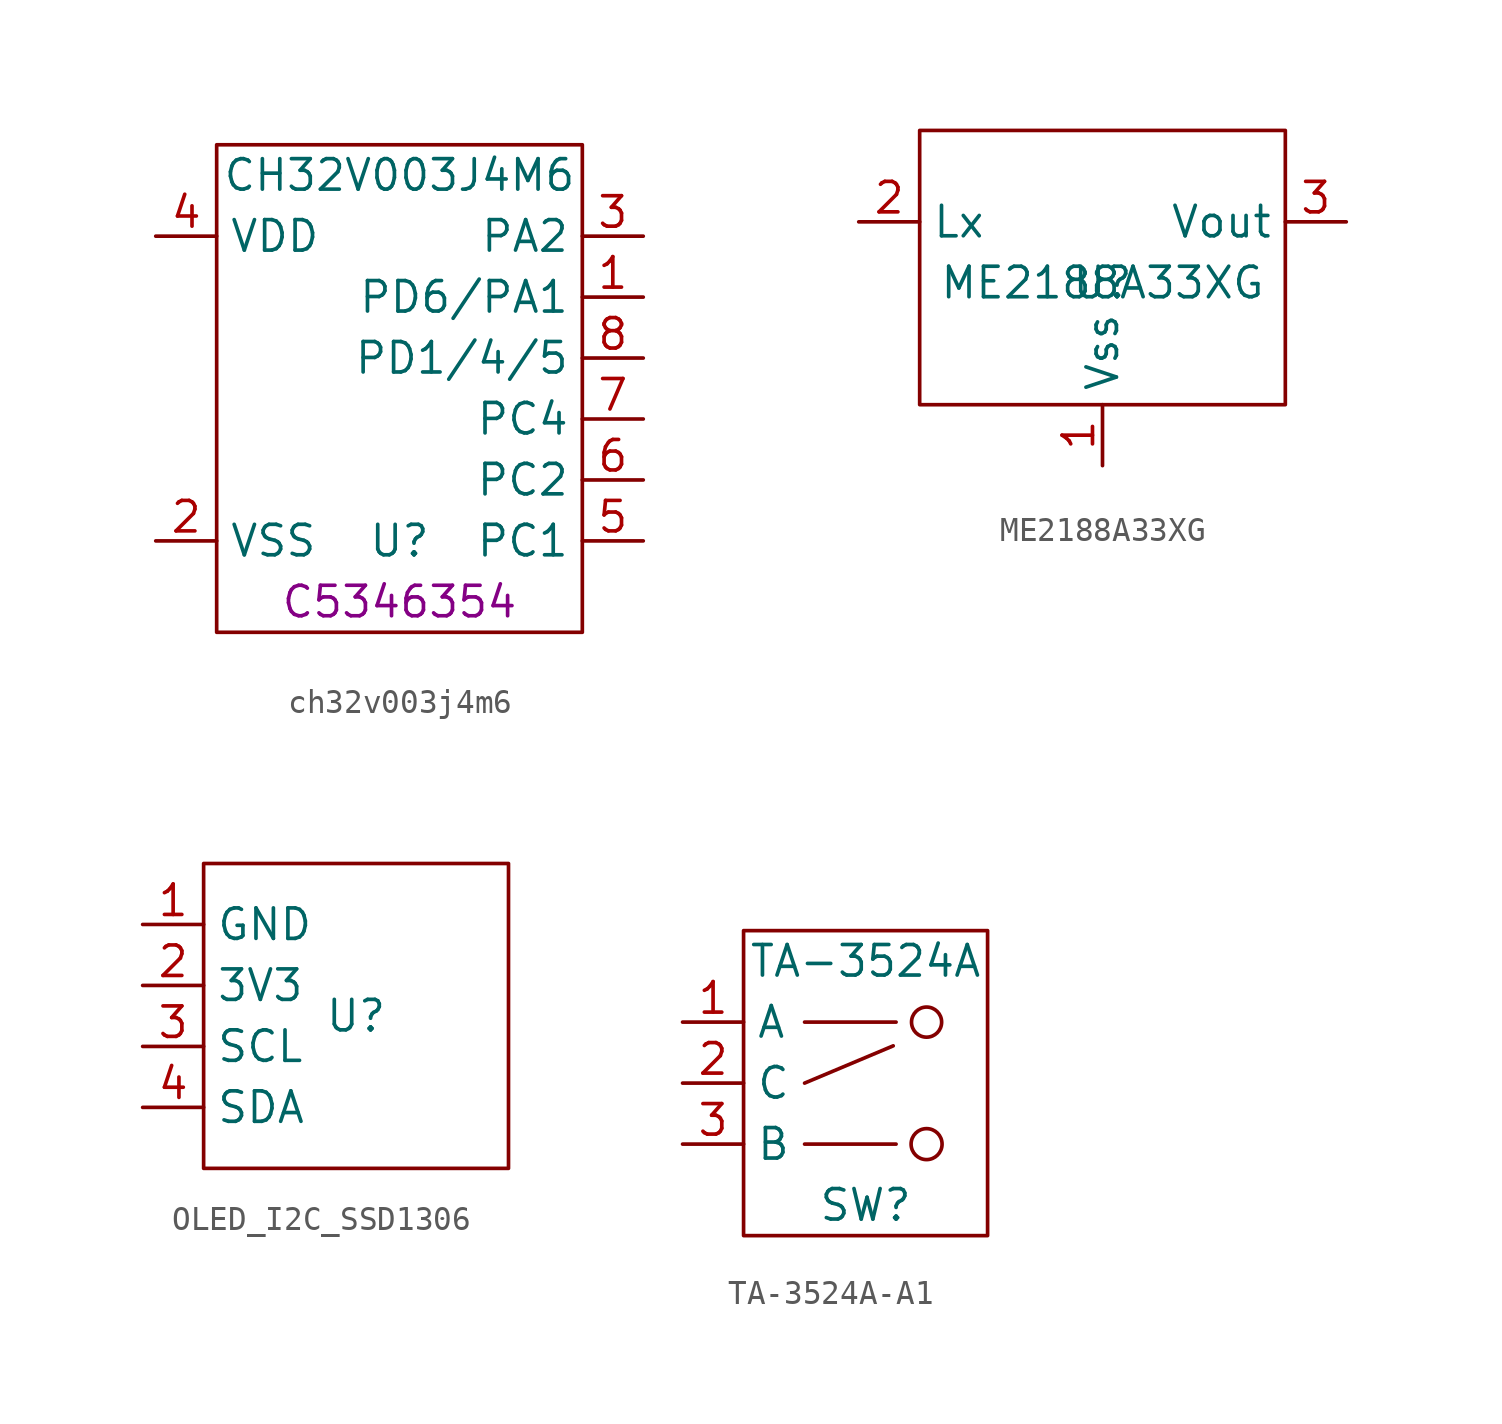
<source format=kicad_sym>
(kicad_symbol_lib
  (version 20231120)
  (generator "kicad_symbol_editor")
  (generator_version "8.0")
  (symbol "ch32v003j4m6"
    (property "Reference" "U"
      (at 0 -6.35 0)
      (effects (font (size 1.27 1.27))))
    (property "Value" "CH32V003J4M6"
      (at 0 8.89 0)
      (effects (font (size 1.27 1.27))))
    (property "LCSC" "C5346354"
      (at 0 -8.89 0)
      (effects (font (size 1.27 1.27))))
    (symbol "ch32v003j4m6_0_1"
      (rectangle (start -7.62 10.16) (end 7.62 -10.16) (stroke (width 0) (type default)) (fill (type none))))
    (symbol "ch32v003j4m6_1_1"
      (pin bidirectional line (at 10.16 3.81 180) (length 2.54) (name "PD6/PA1" (effects (font (size 1.27 1.27)))) (number "1" (effects (font (size 1.27 1.27)))))
      (pin input line (at -10.16 -6.35 0) (length 2.54) (name "VSS" (effects (font (size 1.27 1.27)))) (number "2" (effects (font (size 1.27 1.27)))))
      (pin input line (at 10.16 6.35 180) (length 2.54) (name "PA2" (effects (font (size 1.27 1.27)))) (number "3" (effects (font (size 1.27 1.27)))))
      (pin input line (at -10.16 6.35 0) (length 2.54) (name "VDD" (effects (font (size 1.27 1.27)))) (number "4" (effects (font (size 1.27 1.27)))))
      (pin bidirectional line (at 10.16 -6.35 180) (length 2.54) (name "PC1" (effects (font (size 1.27 1.27)))) (number "5" (effects (font (size 1.27 1.27)))))
      (pin bidirectional line (at 10.16 -3.81 180) (length 2.54) (name "PC2" (effects (font (size 1.27 1.27)))) (number "6" (effects (font (size 1.27 1.27)))))
      (pin bidirectional line (at 10.16 -1.27 180) (length 2.54) (name "PC4" (effects (font (size 1.27 1.27)))) (number "7" (effects (font (size 1.27 1.27)))))
      (pin bidirectional line (at 10.16 1.27 180) (length 2.54) (name "PD1/4/5" (effects (font (size 1.27 1.27)))) (number "8" (effects (font (size 1.27 1.27)))))))
  (symbol "ME2188A33XG"
    (property "Reference" "U"
      (at 0 0 0)
      (effects (font (size 1.27 1.27))))
    (property "Value" "ME2188A33XG"
      (at 0 0 0)
      (effects (font (size 1.27 1.27))))
    (symbol "ME2188A33XG_0_1"
      (rectangle (start -7.62 6.35) (end 7.62 -5.08) (stroke (width 0) (type default)) (fill (type none))))
    (symbol "ME2188A33XG_1_1"
      (pin input line (at 0 -7.62 90) (length 2.54) (name "Vss" (effects (font (size 1.27 1.27)))) (number "1" (effects (font (size 1.27 1.27)))))
      (pin input line (at -10.16 2.54 0) (length 2.54) (name "Lx" (effects (font (size 1.27 1.27)))) (number "2" (effects (font (size 1.27 1.27)))))
      (pin input line (at 10.16 2.54 180) (length 2.54) (name "Vout" (effects (font (size 1.27 1.27)))) (number "3" (effects (font (size 1.27 1.27)))))))
  (symbol "OLED_I2C_SSD1306"
    (property "Reference" "U"
      (at 0 0 0)
      (effects (font (size 1.27 1.27))))
    (property "Value" ""
      (at 0 0 0)
      (effects (font (size 1.27 1.27))))
    (symbol "OLED_I2C_SSD1306_0_1"
      (rectangle (start -6.35 6.35) (end 6.35 -6.35) (stroke (width 0) (type default)) (fill (type none))))
    (symbol "OLED_I2C_SSD1306_1_1"
      (pin power_in line (at -8.89 3.81 0) (length 2.54) (name "GND" (effects (font (size 1.27 1.27)))) (number "1" (effects (font (size 1.27 1.27)))))
      (pin power_in line (at -8.89 1.27 0) (length 2.54) (name "3V3" (effects (font (size 1.27 1.27)))) (number "2" (effects (font (size 1.27 1.27)))))
      (pin input line (at -8.89 -1.27 0) (length 2.54) (name "SCL" (effects (font (size 1.27 1.27)))) (number "3" (effects (font (size 1.27 1.27)))))
      (pin bidirectional line (at -8.89 -3.81 0) (length 2.54) (name "SDA" (effects (font (size 1.27 1.27)))) (number "4" (effects (font (size 1.27 1.27)))))))
  (symbol "TA-3524A-A1"
    (property "Reference" "SW"
      (at 0 -5.08 0)
      (effects (font (size 1.27 1.27))))
    (property "Value" "TA-3524A"
      (at 0 5.08 0)
      (effects (font (size 1.27 1.27))))
    (symbol "TA-3524A-A1_0_1"
      (rectangle (start -5.08 6.35) (end 5.08 -6.35) (stroke (width 0) (type default)) (fill (type none)))
      (polyline (pts (xy -2.54 -2.54) (xy 1.27 -2.54)) (stroke (width 0) (type default)) (fill (type none)))
      (polyline (pts (xy -2.54 0) (xy 1.151 1.552)) (stroke (width 0) (type default)) (fill (type none)))
      (polyline (pts (xy -2.54 2.54) (xy 1.27 2.54)) (stroke (width 0) (type default)) (fill (type none)))
      (circle (center 2.54 -2.54) (radius 0.645) (stroke (width 0) (type default)) (fill (type none)))
      (circle (center 2.54 2.54) (radius 0.627) (stroke (width 0) (type default)) (fill (type none))))
    (symbol "TA-3524A-A1_1_1"
      (pin bidirectional line (at -7.62 2.54 0) (length 2.54) (name "A" (effects (font (size 1.27 1.27)))) (number "1" (effects (font (size 1.27 1.27)))))
      (pin bidirectional line (at -7.62 0 0) (length 2.54) (name "C" (effects (font (size 1.27 1.27)))) (number "2" (effects (font (size 1.27 1.27)))))
      (pin bidirectional line (at -7.62 -2.54 0) (length 2.54) (name "B" (effects (font (size 1.27 1.27)))) (number "3" (effects (font (size 1.27 1.27)))))
      (pin no_connect line (at 1.27 8.89 270) (length 2.54) hide (name "NC" (effects (font (size 1.27 1.27)))) (number "4,5,6,7" (effects (font (size 1.27 1.27))))))))
</source>
